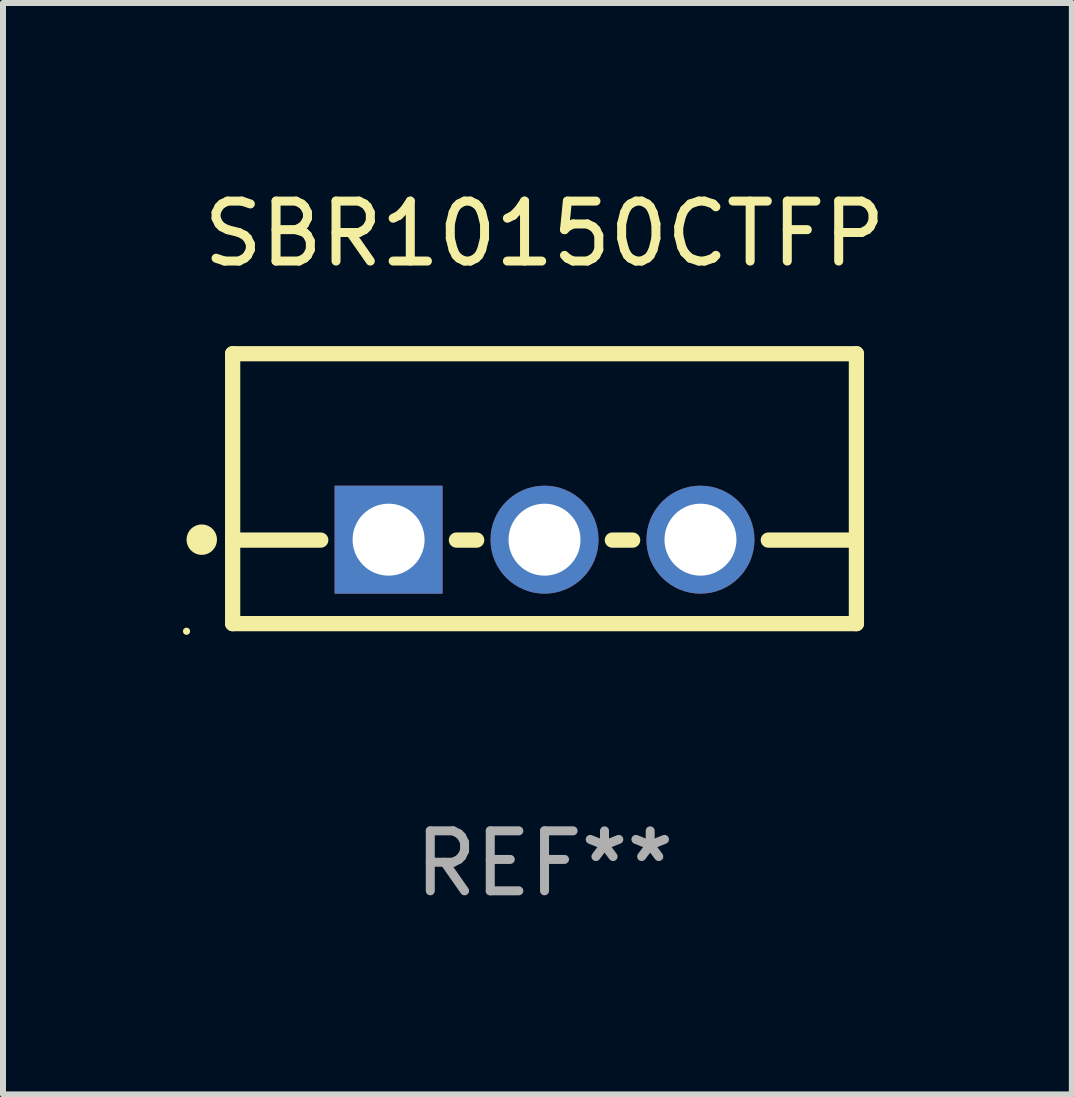
<source format=kicad_pcb>
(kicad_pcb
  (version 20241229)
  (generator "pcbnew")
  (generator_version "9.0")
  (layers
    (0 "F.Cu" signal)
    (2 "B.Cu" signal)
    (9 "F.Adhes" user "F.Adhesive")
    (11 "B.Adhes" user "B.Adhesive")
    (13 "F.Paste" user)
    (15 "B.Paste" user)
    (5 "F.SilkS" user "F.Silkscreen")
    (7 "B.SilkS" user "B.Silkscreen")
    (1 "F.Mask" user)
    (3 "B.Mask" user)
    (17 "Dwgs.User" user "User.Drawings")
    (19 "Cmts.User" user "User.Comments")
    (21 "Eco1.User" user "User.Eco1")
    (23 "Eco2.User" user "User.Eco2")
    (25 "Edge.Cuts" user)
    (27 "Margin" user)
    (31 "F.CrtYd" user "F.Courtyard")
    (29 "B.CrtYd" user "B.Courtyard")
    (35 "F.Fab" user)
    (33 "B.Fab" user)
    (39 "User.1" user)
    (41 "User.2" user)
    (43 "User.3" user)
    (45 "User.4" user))
  (footprint "SBR10150CTFP"
    (layer "F.Cu")
    (at 6.029 5.098)
    (property "Reference" "SBR10150CTFP" (at 0 -4.25 0) (layer "F.SilkS") (effects (font (size 1 1) (thickness 0.15))))
    (attr through_hole)
    (fp_line (start -5.2 -2.25) (end -5.2 2.25) (stroke (width 0.254) (type solid)) (layer "F.SilkS"))
    (fp_line (start -5.2 -2.25) (end 5.2 -2.25) (stroke (width 0.254) (type solid)) (layer "F.SilkS"))
    (fp_line (start -5.2 0.857) (end -3.731 0.857) (stroke (width 0.254) (type solid)) (layer "F.SilkS"))
    (fp_line (start -5.2 2.25) (end 5.2 2.25) (stroke (width 0.254) (type solid)) (layer "F.SilkS"))
    (fp_line (start -1.469 0.857) (end -1.131 0.857) (stroke (width 0.254) (type solid)) (layer "F.SilkS"))
    (fp_line (start 1.131 0.857) (end 1.469 0.857) (stroke (width 0.254) (type solid)) (layer "F.SilkS"))
    (fp_line (start 3.731 0.857) (end 5.2 0.857) (stroke (width 0.254) (type solid)) (layer "F.SilkS"))
    (fp_line (start 5.2 -2.25) (end 5.2 2.25) (stroke (width 0.254) (type solid)) (layer "F.SilkS"))
    (fp_circle (center -5.969 2.377) (end -5.939 2.377) (stroke (width 0.06) (type solid)) (fill no) (layer "F.SilkS"))
    (fp_circle (center -5.715 0.85) (end -5.588 0.85) (stroke (width 0.254) (type solid)) (fill no) (layer "F.SilkS"))
    (fp_text user "REF**" (at 0 6.25 0) (layer "F.Fab") (effects (font (size 1 1) (thickness 0.15))))
    (pad "1" thru_hole rect (at -2.6 0.85) (size 1.8 1.8) (drill 1.2) (layers "*.Cu" "*.Mask"))
    (pad "2" thru_hole circle (at 0 0.85) (size 1.8 1.8) (drill 1.2) (layers "*.Cu" "*.Mask"))
    (pad "3" thru_hole circle (at 2.6 0.85) (size 1.8 1.8) (drill 1.2) (layers "*.Cu" "*.Mask")))
  (gr_rect
    (start -3 -3)
    (end 14.821 15.197)
    (stroke (width 0.1) (type default))
    (fill no)
    (layer "Edge.Cuts")))
</source>
